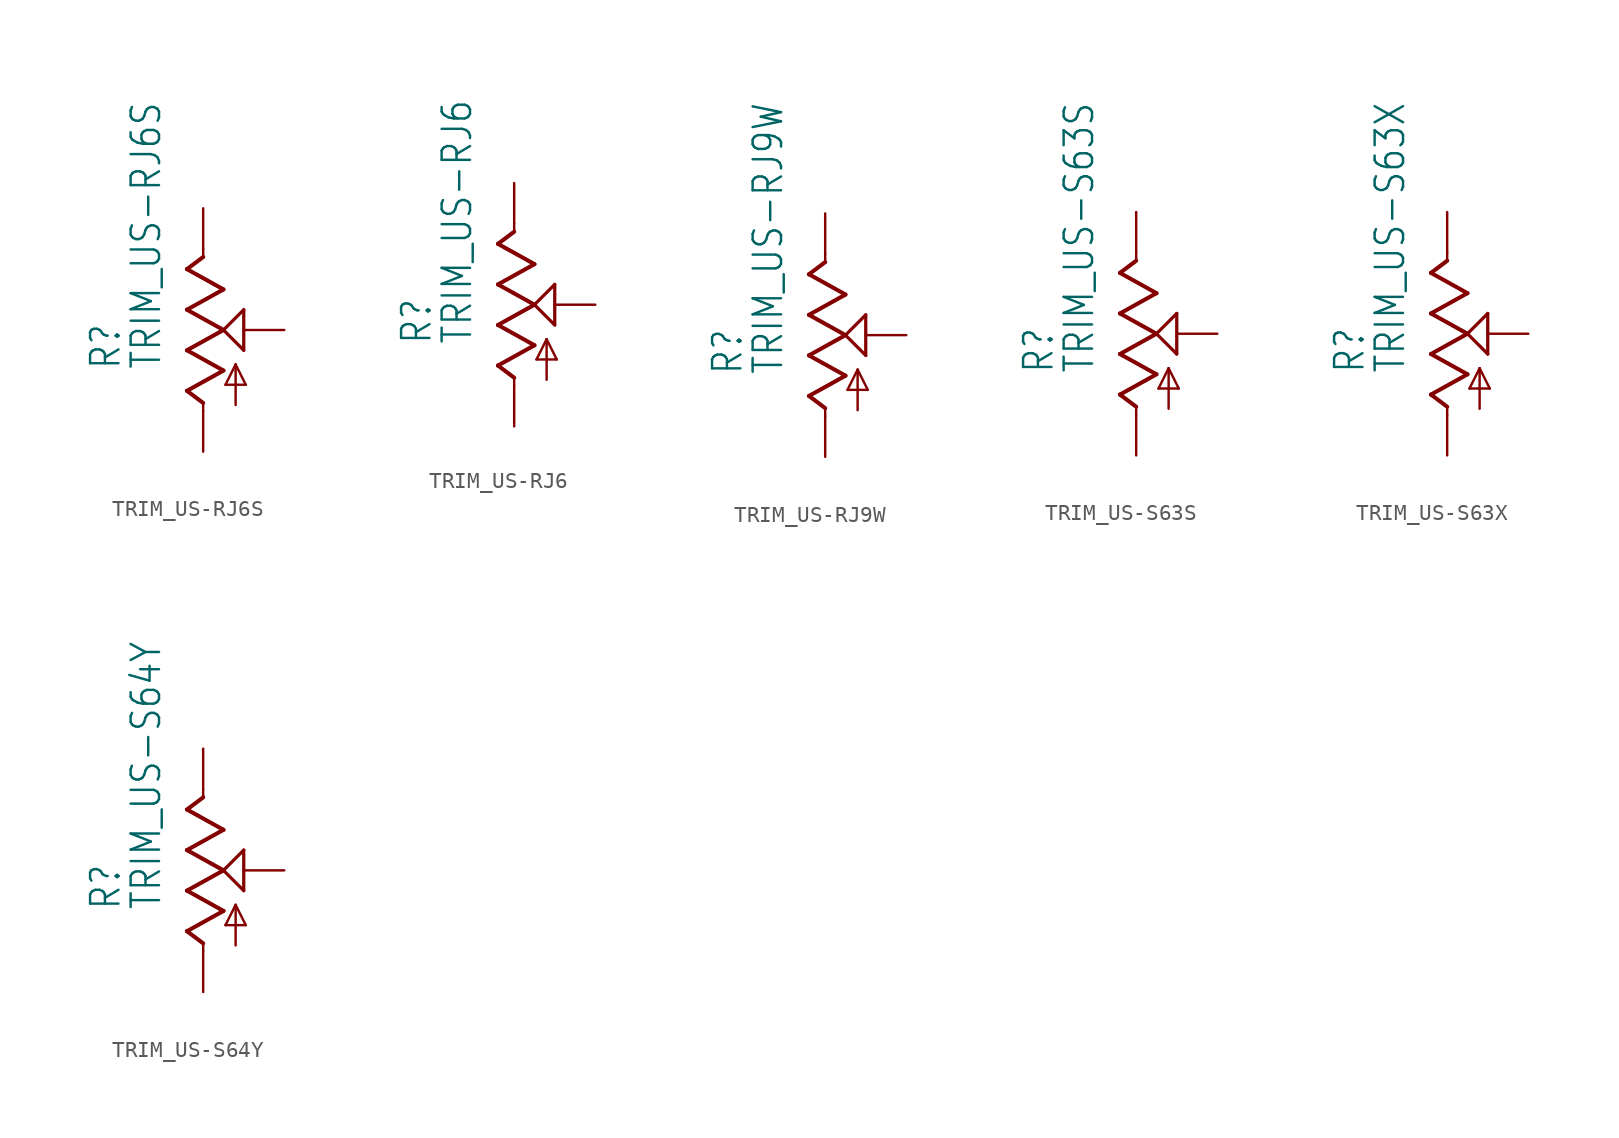
<source format=kicad_sym>
(kicad_symbol_lib
  (version 20211014)
  (generator kicad_symbol_editor)
  (symbol "TRIM_US-RJ6S"
    (property "Reference" "R"
      (at -5.08 -2.54 90)
      (effects (font (size 1.778 1.511)) (justify left bottom)))
    (property "Value" "TRIM_US-RJ6S"
      (at -2.54 -2.54 90)
      (effects (font (size 1.778 1.511)) (justify left bottom)))
    (property "ki_locked" ""
      (at 0 0 0)
      (effects (font (size 1.27 1.27))))
    (symbol "TRIM_US-RJ6S_1_0"
      (polyline (pts (xy -1.016 -3.81) (xy 1.27 -2.54)) (stroke (width 0.254) (type default) (color 0 0 0 0)) (fill (type none)))
      (polyline (pts (xy -1.016 -1.27) (xy 1.27 0)) (stroke (width 0.254) (type default) (color 0 0 0 0)) (fill (type none)))
      (polyline (pts (xy -1.016 1.27) (xy 1.27 2.54)) (stroke (width 0.254) (type default) (color 0 0 0 0)) (fill (type none)))
      (polyline (pts (xy -1.016 3.81) (xy 0 4.572)) (stroke (width 0.254) (type default) (color 0 0 0 0)) (fill (type none)))
      (polyline (pts (xy 0 -5.08) (xy 0 -4.572)) (stroke (width 0.152) (type default) (color 0 0 0 0)) (fill (type none)))
      (polyline (pts (xy 0 -4.572) (xy -1.016 -3.81)) (stroke (width 0.254) (type default) (color 0 0 0 0)) (fill (type none)))
      (polyline (pts (xy 0 4.572) (xy 0 5.08)) (stroke (width 0.152) (type default) (color 0 0 0 0)) (fill (type none)))
      (polyline (pts (xy 1.27 -2.54) (xy -1.016 -1.27)) (stroke (width 0.254) (type default) (color 0 0 0 0)) (fill (type none)))
      (polyline (pts (xy 1.27 0) (xy -1.016 1.27)) (stroke (width 0.254) (type default) (color 0 0 0 0)) (fill (type none)))
      (polyline (pts (xy 1.27 0) (xy 2.54 1.27)) (stroke (width 0.203) (type default) (color 0 0 0 0)) (fill (type none)))
      (polyline (pts (xy 1.27 2.54) (xy -1.016 3.81)) (stroke (width 0.254) (type default) (color 0 0 0 0)) (fill (type none)))
      (polyline (pts (xy 1.397 -3.429) (xy 2.032 -2.159)) (stroke (width 0.152) (type default) (color 0 0 0 0)) (fill (type none)))
      (polyline (pts (xy 2.032 -4.699) (xy 2.032 -2.159)) (stroke (width 0.152) (type default) (color 0 0 0 0)) (fill (type none)))
      (polyline (pts (xy 2.032 -2.159) (xy 2.667 -3.429)) (stroke (width 0.152) (type default) (color 0 0 0 0)) (fill (type none)))
      (polyline (pts (xy 2.54 -1.27) (xy 1.27 0)) (stroke (width 0.203) (type default) (color 0 0 0 0)) (fill (type none)))
      (polyline (pts (xy 2.54 1.27) (xy 2.54 -1.27)) (stroke (width 0.203) (type default) (color 0 0 0 0)) (fill (type none)))
      (polyline (pts (xy 2.667 -3.429) (xy 1.397 -3.429)) (stroke (width 0.152) (type default) (color 0 0 0 0)) (fill (type none)))
      (pin passive line (at 0 -7.62 90) (length 2.54) (name "A" (effects (font (size 0 0)))) (number "A" (effects (font (size 0 0)))))
      (pin passive line (at 0 7.62 270) (length 2.54) (name "E" (effects (font (size 0 0)))) (number "E" (effects (font (size 0 0)))))
      (pin passive line (at 5.08 0 180) (length 2.54) (name "S" (effects (font (size 0 0)))) (number "S" (effects (font (size 0 0)))))))
  (symbol "TRIM_US-RJ6"
    (property "Reference" "R"
      (at -5.08 -2.54 90)
      (effects (font (size 1.778 1.511)) (justify left bottom)))
    (property "Value" "TRIM_US-RJ6"
      (at -2.54 -2.54 90)
      (effects (font (size 1.778 1.511)) (justify left bottom)))
    (property "ki_locked" ""
      (at 0 0 0)
      (effects (font (size 1.27 1.27))))
    (symbol "TRIM_US-RJ6_1_0"
      (polyline (pts (xy -1.016 -3.81) (xy 1.27 -2.54)) (stroke (width 0.254) (type default) (color 0 0 0 0)) (fill (type none)))
      (polyline (pts (xy -1.016 -1.27) (xy 1.27 0)) (stroke (width 0.254) (type default) (color 0 0 0 0)) (fill (type none)))
      (polyline (pts (xy -1.016 1.27) (xy 1.27 2.54)) (stroke (width 0.254) (type default) (color 0 0 0 0)) (fill (type none)))
      (polyline (pts (xy -1.016 3.81) (xy 0 4.572)) (stroke (width 0.254) (type default) (color 0 0 0 0)) (fill (type none)))
      (polyline (pts (xy 0 -5.08) (xy 0 -4.572)) (stroke (width 0.152) (type default) (color 0 0 0 0)) (fill (type none)))
      (polyline (pts (xy 0 -4.572) (xy -1.016 -3.81)) (stroke (width 0.254) (type default) (color 0 0 0 0)) (fill (type none)))
      (polyline (pts (xy 0 4.572) (xy 0 5.08)) (stroke (width 0.152) (type default) (color 0 0 0 0)) (fill (type none)))
      (polyline (pts (xy 1.27 -2.54) (xy -1.016 -1.27)) (stroke (width 0.254) (type default) (color 0 0 0 0)) (fill (type none)))
      (polyline (pts (xy 1.27 0) (xy -1.016 1.27)) (stroke (width 0.254) (type default) (color 0 0 0 0)) (fill (type none)))
      (polyline (pts (xy 1.27 0) (xy 2.54 1.27)) (stroke (width 0.203) (type default) (color 0 0 0 0)) (fill (type none)))
      (polyline (pts (xy 1.27 2.54) (xy -1.016 3.81)) (stroke (width 0.254) (type default) (color 0 0 0 0)) (fill (type none)))
      (polyline (pts (xy 1.397 -3.429) (xy 2.032 -2.159)) (stroke (width 0.152) (type default) (color 0 0 0 0)) (fill (type none)))
      (polyline (pts (xy 2.032 -4.699) (xy 2.032 -2.159)) (stroke (width 0.152) (type default) (color 0 0 0 0)) (fill (type none)))
      (polyline (pts (xy 2.032 -2.159) (xy 2.667 -3.429)) (stroke (width 0.152) (type default) (color 0 0 0 0)) (fill (type none)))
      (polyline (pts (xy 2.54 -1.27) (xy 1.27 0)) (stroke (width 0.203) (type default) (color 0 0 0 0)) (fill (type none)))
      (polyline (pts (xy 2.54 1.27) (xy 2.54 -1.27)) (stroke (width 0.203) (type default) (color 0 0 0 0)) (fill (type none)))
      (polyline (pts (xy 2.667 -3.429) (xy 1.397 -3.429)) (stroke (width 0.152) (type default) (color 0 0 0 0)) (fill (type none)))
      (pin passive line (at 0 -7.62 90) (length 2.54) (name "A" (effects (font (size 0 0)))) (number "A" (effects (font (size 0 0)))))
      (pin passive line (at 0 7.62 270) (length 2.54) (name "E" (effects (font (size 0 0)))) (number "E" (effects (font (size 0 0)))))
      (pin passive line (at 5.08 0 180) (length 2.54) (name "S" (effects (font (size 0 0)))) (number "S" (effects (font (size 0 0)))))))
  (symbol "TRIM_US-RJ9W"
    (property "Reference" "R"
      (at -5.08 -2.54 90)
      (effects (font (size 1.778 1.511)) (justify left bottom)))
    (property "Value" "TRIM_US-RJ9W"
      (at -2.54 -2.54 90)
      (effects (font (size 1.778 1.511)) (justify left bottom)))
    (property "ki_locked" ""
      (at 0 0 0)
      (effects (font (size 1.27 1.27))))
    (symbol "TRIM_US-RJ9W_1_0"
      (polyline (pts (xy -1.016 -3.81) (xy 1.27 -2.54)) (stroke (width 0.254) (type default) (color 0 0 0 0)) (fill (type none)))
      (polyline (pts (xy -1.016 -1.27) (xy 1.27 0)) (stroke (width 0.254) (type default) (color 0 0 0 0)) (fill (type none)))
      (polyline (pts (xy -1.016 1.27) (xy 1.27 2.54)) (stroke (width 0.254) (type default) (color 0 0 0 0)) (fill (type none)))
      (polyline (pts (xy -1.016 3.81) (xy 0 4.572)) (stroke (width 0.254) (type default) (color 0 0 0 0)) (fill (type none)))
      (polyline (pts (xy 0 -5.08) (xy 0 -4.572)) (stroke (width 0.152) (type default) (color 0 0 0 0)) (fill (type none)))
      (polyline (pts (xy 0 -4.572) (xy -1.016 -3.81)) (stroke (width 0.254) (type default) (color 0 0 0 0)) (fill (type none)))
      (polyline (pts (xy 0 4.572) (xy 0 5.08)) (stroke (width 0.152) (type default) (color 0 0 0 0)) (fill (type none)))
      (polyline (pts (xy 1.27 -2.54) (xy -1.016 -1.27)) (stroke (width 0.254) (type default) (color 0 0 0 0)) (fill (type none)))
      (polyline (pts (xy 1.27 0) (xy -1.016 1.27)) (stroke (width 0.254) (type default) (color 0 0 0 0)) (fill (type none)))
      (polyline (pts (xy 1.27 0) (xy 2.54 1.27)) (stroke (width 0.203) (type default) (color 0 0 0 0)) (fill (type none)))
      (polyline (pts (xy 1.27 2.54) (xy -1.016 3.81)) (stroke (width 0.254) (type default) (color 0 0 0 0)) (fill (type none)))
      (polyline (pts (xy 1.397 -3.429) (xy 2.032 -2.159)) (stroke (width 0.152) (type default) (color 0 0 0 0)) (fill (type none)))
      (polyline (pts (xy 2.032 -4.699) (xy 2.032 -2.159)) (stroke (width 0.152) (type default) (color 0 0 0 0)) (fill (type none)))
      (polyline (pts (xy 2.032 -2.159) (xy 2.667 -3.429)) (stroke (width 0.152) (type default) (color 0 0 0 0)) (fill (type none)))
      (polyline (pts (xy 2.54 -1.27) (xy 1.27 0)) (stroke (width 0.203) (type default) (color 0 0 0 0)) (fill (type none)))
      (polyline (pts (xy 2.54 1.27) (xy 2.54 -1.27)) (stroke (width 0.203) (type default) (color 0 0 0 0)) (fill (type none)))
      (polyline (pts (xy 2.667 -3.429) (xy 1.397 -3.429)) (stroke (width 0.152) (type default) (color 0 0 0 0)) (fill (type none)))
      (pin passive line (at 0 -7.62 90) (length 2.54) (name "A" (effects (font (size 0 0)))) (number "A" (effects (font (size 0 0)))))
      (pin passive line (at 0 7.62 270) (length 2.54) (name "E" (effects (font (size 0 0)))) (number "E" (effects (font (size 0 0)))))
      (pin passive line (at 5.08 0 180) (length 2.54) (name "S" (effects (font (size 0 0)))) (number "S" (effects (font (size 0 0)))))))
  (symbol "TRIM_US-S63S"
    (property "Reference" "R"
      (at -5.08 -2.54 90)
      (effects (font (size 1.778 1.511)) (justify left bottom)))
    (property "Value" "TRIM_US-S63S"
      (at -2.54 -2.54 90)
      (effects (font (size 1.778 1.511)) (justify left bottom)))
    (property "ki_locked" ""
      (at 0 0 0)
      (effects (font (size 1.27 1.27))))
    (symbol "TRIM_US-S63S_1_0"
      (polyline (pts (xy -1.016 -3.81) (xy 1.27 -2.54)) (stroke (width 0.254) (type default) (color 0 0 0 0)) (fill (type none)))
      (polyline (pts (xy -1.016 -1.27) (xy 1.27 0)) (stroke (width 0.254) (type default) (color 0 0 0 0)) (fill (type none)))
      (polyline (pts (xy -1.016 1.27) (xy 1.27 2.54)) (stroke (width 0.254) (type default) (color 0 0 0 0)) (fill (type none)))
      (polyline (pts (xy -1.016 3.81) (xy 0 4.572)) (stroke (width 0.254) (type default) (color 0 0 0 0)) (fill (type none)))
      (polyline (pts (xy 0 -5.08) (xy 0 -4.572)) (stroke (width 0.152) (type default) (color 0 0 0 0)) (fill (type none)))
      (polyline (pts (xy 0 -4.572) (xy -1.016 -3.81)) (stroke (width 0.254) (type default) (color 0 0 0 0)) (fill (type none)))
      (polyline (pts (xy 0 4.572) (xy 0 5.08)) (stroke (width 0.152) (type default) (color 0 0 0 0)) (fill (type none)))
      (polyline (pts (xy 1.27 -2.54) (xy -1.016 -1.27)) (stroke (width 0.254) (type default) (color 0 0 0 0)) (fill (type none)))
      (polyline (pts (xy 1.27 0) (xy -1.016 1.27)) (stroke (width 0.254) (type default) (color 0 0 0 0)) (fill (type none)))
      (polyline (pts (xy 1.27 0) (xy 2.54 1.27)) (stroke (width 0.203) (type default) (color 0 0 0 0)) (fill (type none)))
      (polyline (pts (xy 1.27 2.54) (xy -1.016 3.81)) (stroke (width 0.254) (type default) (color 0 0 0 0)) (fill (type none)))
      (polyline (pts (xy 1.397 -3.429) (xy 2.032 -2.159)) (stroke (width 0.152) (type default) (color 0 0 0 0)) (fill (type none)))
      (polyline (pts (xy 2.032 -4.699) (xy 2.032 -2.159)) (stroke (width 0.152) (type default) (color 0 0 0 0)) (fill (type none)))
      (polyline (pts (xy 2.032 -2.159) (xy 2.667 -3.429)) (stroke (width 0.152) (type default) (color 0 0 0 0)) (fill (type none)))
      (polyline (pts (xy 2.54 -1.27) (xy 1.27 0)) (stroke (width 0.203) (type default) (color 0 0 0 0)) (fill (type none)))
      (polyline (pts (xy 2.54 1.27) (xy 2.54 -1.27)) (stroke (width 0.203) (type default) (color 0 0 0 0)) (fill (type none)))
      (polyline (pts (xy 2.667 -3.429) (xy 1.397 -3.429)) (stroke (width 0.152) (type default) (color 0 0 0 0)) (fill (type none)))
      (pin passive line (at 0 -7.62 90) (length 2.54) (name "A" (effects (font (size 0 0)))) (number "A" (effects (font (size 0 0)))))
      (pin passive line (at 0 7.62 270) (length 2.54) (name "E" (effects (font (size 0 0)))) (number "E" (effects (font (size 0 0)))))
      (pin passive line (at 5.08 0 180) (length 2.54) (name "S" (effects (font (size 0 0)))) (number "S" (effects (font (size 0 0)))))))
  (symbol "TRIM_US-S63X"
    (property "Reference" "R"
      (at -5.08 -2.54 90)
      (effects (font (size 1.778 1.511)) (justify left bottom)))
    (property "Value" "TRIM_US-S63X"
      (at -2.54 -2.54 90)
      (effects (font (size 1.778 1.511)) (justify left bottom)))
    (property "ki_locked" ""
      (at 0 0 0)
      (effects (font (size 1.27 1.27))))
    (symbol "TRIM_US-S63X_1_0"
      (polyline (pts (xy -1.016 -3.81) (xy 1.27 -2.54)) (stroke (width 0.254) (type default) (color 0 0 0 0)) (fill (type none)))
      (polyline (pts (xy -1.016 -1.27) (xy 1.27 0)) (stroke (width 0.254) (type default) (color 0 0 0 0)) (fill (type none)))
      (polyline (pts (xy -1.016 1.27) (xy 1.27 2.54)) (stroke (width 0.254) (type default) (color 0 0 0 0)) (fill (type none)))
      (polyline (pts (xy -1.016 3.81) (xy 0 4.572)) (stroke (width 0.254) (type default) (color 0 0 0 0)) (fill (type none)))
      (polyline (pts (xy 0 -5.08) (xy 0 -4.572)) (stroke (width 0.152) (type default) (color 0 0 0 0)) (fill (type none)))
      (polyline (pts (xy 0 -4.572) (xy -1.016 -3.81)) (stroke (width 0.254) (type default) (color 0 0 0 0)) (fill (type none)))
      (polyline (pts (xy 0 4.572) (xy 0 5.08)) (stroke (width 0.152) (type default) (color 0 0 0 0)) (fill (type none)))
      (polyline (pts (xy 1.27 -2.54) (xy -1.016 -1.27)) (stroke (width 0.254) (type default) (color 0 0 0 0)) (fill (type none)))
      (polyline (pts (xy 1.27 0) (xy -1.016 1.27)) (stroke (width 0.254) (type default) (color 0 0 0 0)) (fill (type none)))
      (polyline (pts (xy 1.27 0) (xy 2.54 1.27)) (stroke (width 0.203) (type default) (color 0 0 0 0)) (fill (type none)))
      (polyline (pts (xy 1.27 2.54) (xy -1.016 3.81)) (stroke (width 0.254) (type default) (color 0 0 0 0)) (fill (type none)))
      (polyline (pts (xy 1.397 -3.429) (xy 2.032 -2.159)) (stroke (width 0.152) (type default) (color 0 0 0 0)) (fill (type none)))
      (polyline (pts (xy 2.032 -4.699) (xy 2.032 -2.159)) (stroke (width 0.152) (type default) (color 0 0 0 0)) (fill (type none)))
      (polyline (pts (xy 2.032 -2.159) (xy 2.667 -3.429)) (stroke (width 0.152) (type default) (color 0 0 0 0)) (fill (type none)))
      (polyline (pts (xy 2.54 -1.27) (xy 1.27 0)) (stroke (width 0.203) (type default) (color 0 0 0 0)) (fill (type none)))
      (polyline (pts (xy 2.54 1.27) (xy 2.54 -1.27)) (stroke (width 0.203) (type default) (color 0 0 0 0)) (fill (type none)))
      (polyline (pts (xy 2.667 -3.429) (xy 1.397 -3.429)) (stroke (width 0.152) (type default) (color 0 0 0 0)) (fill (type none)))
      (pin passive line (at 0 -7.62 90) (length 2.54) (name "A" (effects (font (size 0 0)))) (number "A" (effects (font (size 0 0)))))
      (pin passive line (at 0 7.62 270) (length 2.54) (name "E" (effects (font (size 0 0)))) (number "E" (effects (font (size 0 0)))))
      (pin passive line (at 5.08 0 180) (length 2.54) (name "S" (effects (font (size 0 0)))) (number "S" (effects (font (size 0 0)))))))
  (symbol "TRIM_US-S64Y"
    (property "Reference" "R"
      (at -5.08 -2.54 90)
      (effects (font (size 1.778 1.511)) (justify left bottom)))
    (property "Value" "TRIM_US-S64Y"
      (at -2.54 -2.54 90)
      (effects (font (size 1.778 1.511)) (justify left bottom)))
    (property "ki_locked" ""
      (at 0 0 0)
      (effects (font (size 1.27 1.27))))
    (symbol "TRIM_US-S64Y_1_0"
      (polyline (pts (xy -1.016 -3.81) (xy 1.27 -2.54)) (stroke (width 0.254) (type default) (color 0 0 0 0)) (fill (type none)))
      (polyline (pts (xy -1.016 -1.27) (xy 1.27 0)) (stroke (width 0.254) (type default) (color 0 0 0 0)) (fill (type none)))
      (polyline (pts (xy -1.016 1.27) (xy 1.27 2.54)) (stroke (width 0.254) (type default) (color 0 0 0 0)) (fill (type none)))
      (polyline (pts (xy -1.016 3.81) (xy 0 4.572)) (stroke (width 0.254) (type default) (color 0 0 0 0)) (fill (type none)))
      (polyline (pts (xy 0 -5.08) (xy 0 -4.572)) (stroke (width 0.152) (type default) (color 0 0 0 0)) (fill (type none)))
      (polyline (pts (xy 0 -4.572) (xy -1.016 -3.81)) (stroke (width 0.254) (type default) (color 0 0 0 0)) (fill (type none)))
      (polyline (pts (xy 0 4.572) (xy 0 5.08)) (stroke (width 0.152) (type default) (color 0 0 0 0)) (fill (type none)))
      (polyline (pts (xy 1.27 -2.54) (xy -1.016 -1.27)) (stroke (width 0.254) (type default) (color 0 0 0 0)) (fill (type none)))
      (polyline (pts (xy 1.27 0) (xy -1.016 1.27)) (stroke (width 0.254) (type default) (color 0 0 0 0)) (fill (type none)))
      (polyline (pts (xy 1.27 0) (xy 2.54 1.27)) (stroke (width 0.203) (type default) (color 0 0 0 0)) (fill (type none)))
      (polyline (pts (xy 1.27 2.54) (xy -1.016 3.81)) (stroke (width 0.254) (type default) (color 0 0 0 0)) (fill (type none)))
      (polyline (pts (xy 1.397 -3.429) (xy 2.032 -2.159)) (stroke (width 0.152) (type default) (color 0 0 0 0)) (fill (type none)))
      (polyline (pts (xy 2.032 -4.699) (xy 2.032 -2.159)) (stroke (width 0.152) (type default) (color 0 0 0 0)) (fill (type none)))
      (polyline (pts (xy 2.032 -2.159) (xy 2.667 -3.429)) (stroke (width 0.152) (type default) (color 0 0 0 0)) (fill (type none)))
      (polyline (pts (xy 2.54 -1.27) (xy 1.27 0)) (stroke (width 0.203) (type default) (color 0 0 0 0)) (fill (type none)))
      (polyline (pts (xy 2.54 1.27) (xy 2.54 -1.27)) (stroke (width 0.203) (type default) (color 0 0 0 0)) (fill (type none)))
      (polyline (pts (xy 2.667 -3.429) (xy 1.397 -3.429)) (stroke (width 0.152) (type default) (color 0 0 0 0)) (fill (type none)))
      (pin passive line (at 0 -7.62 90) (length 2.54) (name "A" (effects (font (size 0 0)))) (number "A" (effects (font (size 0 0)))))
      (pin passive line (at 0 7.62 270) (length 2.54) (name "E" (effects (font (size 0 0)))) (number "E" (effects (font (size 0 0)))))
      (pin passive line (at 5.08 0 180) (length 2.54) (name "S" (effects (font (size 0 0)))) (number "S" (effects (font (size 0 0))))))))
</source>
